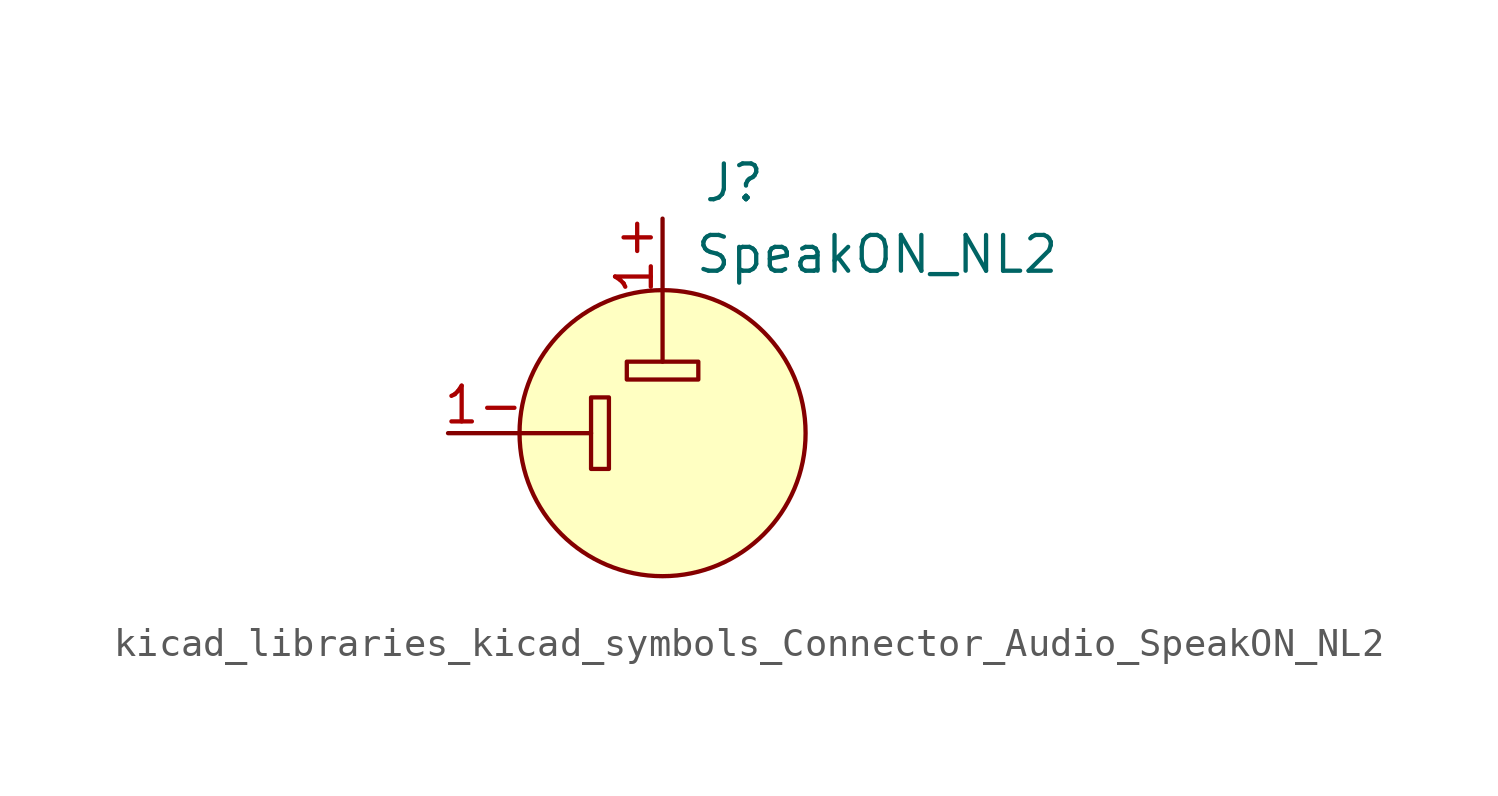
<source format=kicad_sym>
(kicad_symbol_lib
  (version 20220914)
  (generator kicad_symbol_editor)
  (symbol "kicad_libraries_kicad_symbols_Connector_Audio_SpeakON_NL2"
    (pin_names hide)
    (property "Reference" "J"
      (at 2.54 8.89 0)
      (effects (font (size 1.27 1.27))))
    (property "Value" "SpeakON_NL2"
      (at 7.62 6.35 0)
      (effects (font (size 1.27 1.27))))
    (symbol "kicad_libraries_kicad_symbols_Connector_Audio_SpeakON_NL2_0_1"
      (rectangle (start -2.54 1.27) (end -1.905 -1.27) (stroke (width 0) (type default)) (fill (type none)))
      (rectangle (start -1.27 2.54) (end 1.27 1.905) (stroke (width 0) (type default)) (fill (type none)))
      (polyline (pts (xy -5.08 0) (xy -2.54 0)) (stroke (width 0) (type default)) (fill (type none)))
      (polyline (pts (xy 0 5.08) (xy 0 2.54)) (stroke (width 0) (type default)) (fill (type none)))
      (circle (center 0 0) (radius 5.08) (stroke (width 0) (type default)) (fill (type background)))
      (pin passive line (at -7.62 0 0) (length 2.54) (name "1-" (effects (font (size 1.27 1.27)))) (number "1-" (effects (font (size 1.27 1.27))))))
    (symbol "kicad_libraries_kicad_symbols_Connector_Audio_SpeakON_NL2_1_1"
      (pin passive line (at 0 7.62 270) (length 2.54) (name "1+" (effects (font (size 1.27 1.27)))) (number "1+" (effects (font (size 1.27 1.27))))))))
</source>
